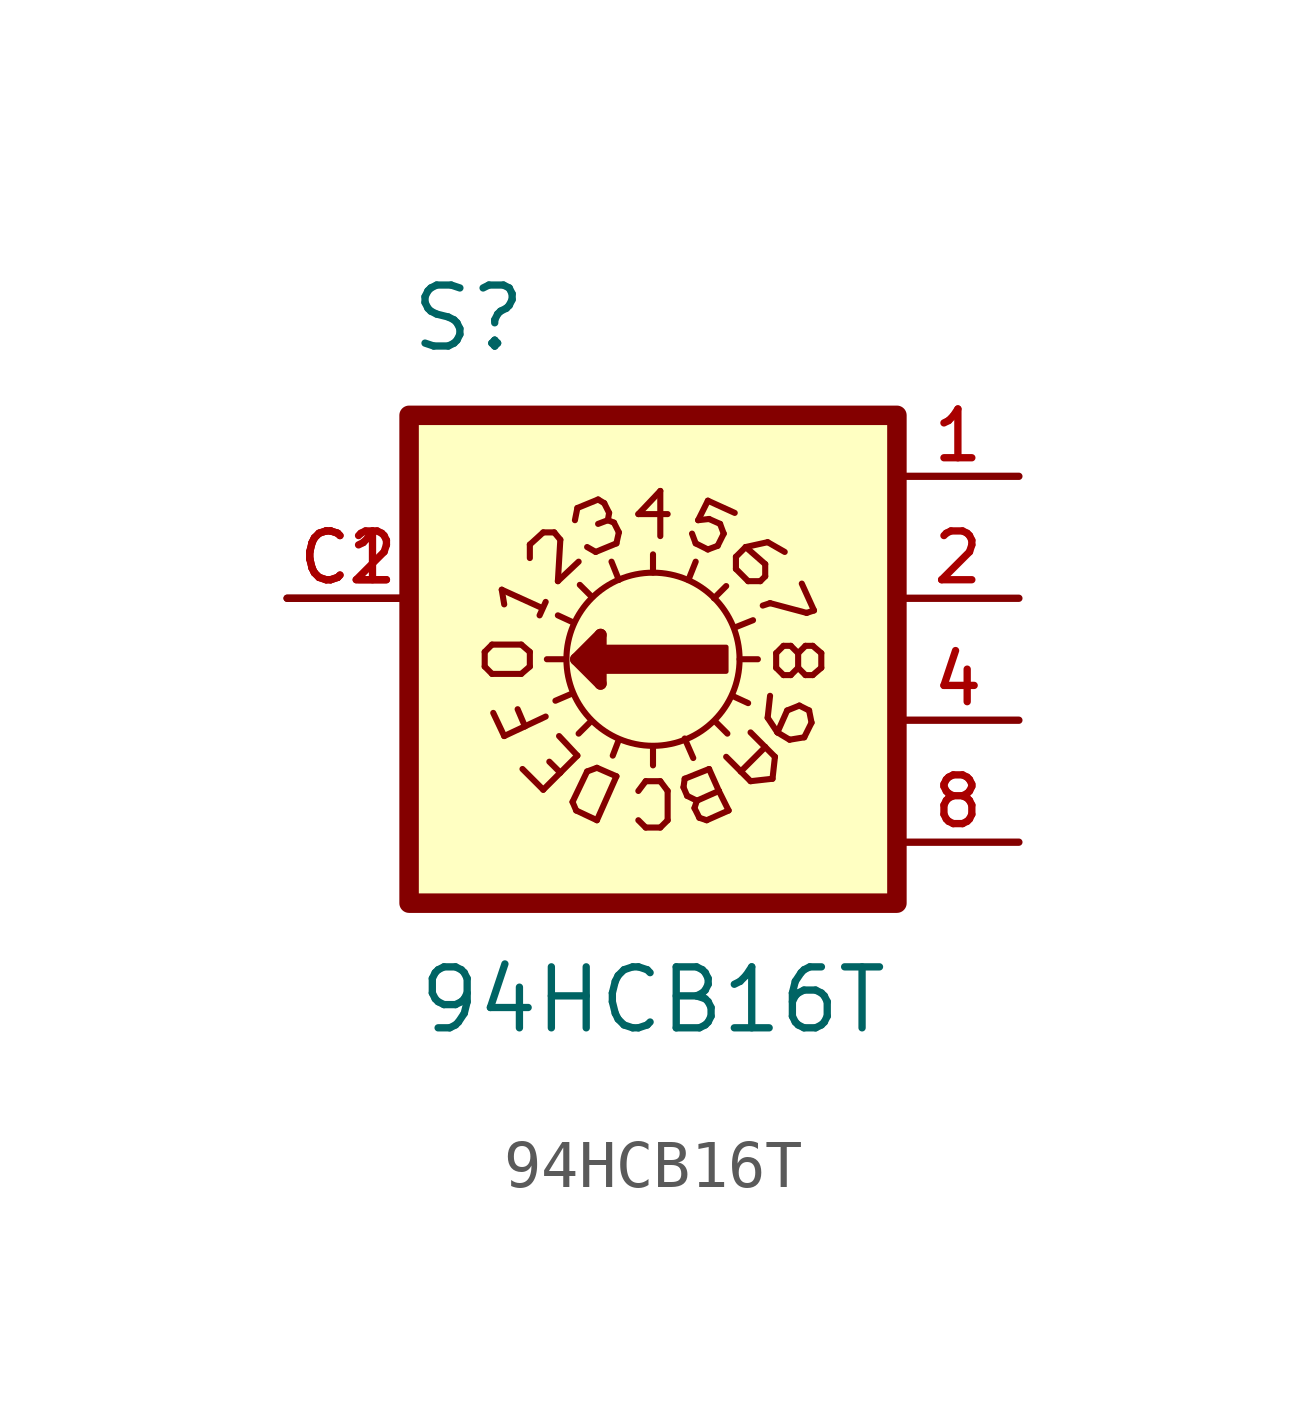
<source format=kicad_sym>
(kicad_symbol_lib
  (version 20231120)
  (generator "kicad_symbol_editor")
  (generator_version "8.0")
  (symbol "94HCB16T"
    (pin_names
      (offset 1.016))
    (property "Reference" "S"
      (at -5.09 5.09 0)
      (effects (font (size 1.27 1.27)) (justify left bottom)))
    (property "Value" "94HCB16T"
      (at 0 -7.624 0)
      (effects (font (size 1.27 1.27)) (justify top)))
    (symbol "94HCB16T_0_0"
      (rectangle (start -5.08 -6.35) (end 5.08 3.81) (stroke (width 0.406) (type default)) (fill (type background)))
      (rectangle (start -1.016 -1.524) (end 1.524 -1.016) (stroke (width 0.1) (type default)) (fill (type outline)))
      (circle (center 0 -1.27) (radius 1.803) (stroke (width 0.127) (type default)) (fill (type none)))
      (polyline (pts (xy -3.505 -1.422) (xy -3.353 -1.575)) (stroke (width 0.127) (type default)) (fill (type none)))
      (polyline (pts (xy -3.505 -1.118) (xy -3.505 -1.422)) (stroke (width 0.127) (type default)) (fill (type none)))
      (polyline (pts (xy -3.353 -1.575) (xy -2.743 -1.575)) (stroke (width 0.127) (type default)) (fill (type none)))
      (polyline (pts (xy -3.353 -0.965) (xy -3.505 -1.118)) (stroke (width 0.127) (type default)) (fill (type none)))
      (polyline (pts (xy -3.327 -2.388) (xy -3.099 -2.87)) (stroke (width 0.127) (type default)) (fill (type none)))
      (polyline (pts (xy -3.15 0.178) (xy -3.099 -0.127)) (stroke (width 0.127) (type default)) (fill (type none)))
      (polyline (pts (xy -3.099 -2.87) (xy -2.667 -2.667)) (stroke (width 0.127) (type default)) (fill (type none)))
      (polyline (pts (xy -2.743 -1.575) (xy -2.565 -1.422)) (stroke (width 0.127) (type default)) (fill (type none)))
      (polyline (pts (xy -2.743 -0.965) (xy -3.353 -0.965)) (stroke (width 0.127) (type default)) (fill (type none)))
      (polyline (pts (xy -2.667 -2.667) (xy -2.819 -2.311)) (stroke (width 0.127) (type default)) (fill (type none)))
      (polyline (pts (xy -2.667 -2.667) (xy -2.235 -2.464)) (stroke (width 0.127) (type default)) (fill (type none)))
      (polyline (pts (xy -2.565 -1.422) (xy -2.565 -1.118)) (stroke (width 0.127) (type default)) (fill (type none)))
      (polyline (pts (xy -2.565 -1.118) (xy -2.743 -0.965)) (stroke (width 0.127) (type default)) (fill (type none)))
      (polyline (pts (xy -2.565 1.118) (xy -2.565 0.838)) (stroke (width 0.127) (type default)) (fill (type none)))
      (polyline (pts (xy -2.311 -0.203) (xy -3.15 0.178)) (stroke (width 0.127) (type default)) (fill (type none)))
      (polyline (pts (xy -2.286 -3.988) (xy -2.718 -3.556)) (stroke (width 0.127) (type default)) (fill (type none)))
      (polyline (pts (xy -2.286 1.372) (xy -2.565 1.118)) (stroke (width 0.127) (type default)) (fill (type none)))
      (polyline (pts (xy -2.286 1.372) (xy -2.057 1.372)) (stroke (width 0.127) (type default)) (fill (type none)))
      (polyline (pts (xy -2.235 -0.076) (xy -2.362 -0.356)) (stroke (width 0.127) (type default)) (fill (type none)))
      (polyline (pts (xy -2.057 1.372) (xy -1.93 1.219)) (stroke (width 0.127) (type default)) (fill (type none)))
      (polyline (pts (xy -1.93 -3.632) (xy -2.286 -3.988)) (stroke (width 0.127) (type default)) (fill (type none)))
      (polyline (pts (xy -1.93 -3.632) (xy -2.159 -3.404)) (stroke (width 0.127) (type default)) (fill (type none)))
      (polyline (pts (xy -1.93 1.219) (xy -1.981 0.356)) (stroke (width 0.127) (type default)) (fill (type none)))
      (polyline (pts (xy -1.829 -1.27) (xy -2.21 -1.27)) (stroke (width 0.127) (type default)) (fill (type none)))
      (polyline (pts (xy -1.676 -4.242) (xy -1.6 -4.42)) (stroke (width 0.127) (type default)) (fill (type none)))
      (polyline (pts (xy -1.676 -1.981) (xy -2.032 -2.134)) (stroke (width 0.127) (type default)) (fill (type none)))
      (polyline (pts (xy -1.651 -0.508) (xy -1.981 -0.356)) (stroke (width 0.127) (type default)) (fill (type none)))
      (polyline (pts (xy -1.626 1.626) (xy -1.575 1.88)) (stroke (width 0.127) (type default)) (fill (type none)))
      (polyline (pts (xy -1.6 -4.42) (xy -1.168 -4.623)) (stroke (width 0.127) (type default)) (fill (type none)))
      (polyline (pts (xy -1.6 -1.27) (xy -1.092 -1.778)) (stroke (width 0.254) (type default)) (fill (type none)))
      (polyline (pts (xy -1.575 -3.277) (xy -1.956 -2.87)) (stroke (width 0.127) (type default)) (fill (type none)))
      (polyline (pts (xy -1.575 -3.277) (xy -1.93 -3.632)) (stroke (width 0.127) (type default)) (fill (type none)))
      (polyline (pts (xy -1.549 0.762) (xy -1.981 0.356)) (stroke (width 0.127) (type default)) (fill (type none)))
      (polyline (pts (xy -1.473 -1.27) (xy -1.346 -1.27)) (stroke (width 0.254) (type default)) (fill (type none)))
      (polyline (pts (xy -1.372 -3.607) (xy -1.676 -4.242)) (stroke (width 0.127) (type default)) (fill (type none)))
      (polyline (pts (xy -1.372 1.067) (xy -1.194 0.965)) (stroke (width 0.127) (type default)) (fill (type none)))
      (polyline (pts (xy -1.295 -2.565) (xy -1.549 -2.819)) (stroke (width 0.127) (type default)) (fill (type none)))
      (polyline (pts (xy -1.27 0.025) (xy -1.524 0.279)) (stroke (width 0.127) (type default)) (fill (type none)))
      (polyline (pts (xy -1.219 -1.016) (xy -1.219 -1.524)) (stroke (width 0.254) (type default)) (fill (type none)))
      (polyline (pts (xy -1.168 -4.623) (xy -0.762 -3.708)) (stroke (width 0.127) (type default)) (fill (type none)))
      (polyline (pts (xy -1.168 -3.531) (xy -1.372 -3.607)) (stroke (width 0.127) (type default)) (fill (type none)))
      (polyline (pts (xy -1.143 2.057) (xy -1.575 1.88)) (stroke (width 0.127) (type default)) (fill (type none)))
      (polyline (pts (xy -1.092 -1.778) (xy -1.092 -0.762)) (stroke (width 0.254) (type default)) (fill (type none)))
      (polyline (pts (xy -1.092 -0.762) (xy -1.6 -1.27)) (stroke (width 0.254) (type default)) (fill (type none)))
      (polyline (pts (xy -1.016 1.981) (xy -1.143 2.057)) (stroke (width 0.127) (type default)) (fill (type none)))
      (polyline (pts (xy -0.94 1.626) (xy -1.143 1.549)) (stroke (width 0.127) (type default)) (fill (type none)))
      (polyline (pts (xy -0.94 1.626) (xy -0.914 1.778)) (stroke (width 0.127) (type default)) (fill (type none)))
      (polyline (pts (xy -0.914 1.778) (xy -1.016 1.981)) (stroke (width 0.127) (type default)) (fill (type none)))
      (polyline (pts (xy -0.813 1.575) (xy -0.94 1.626)) (stroke (width 0.127) (type default)) (fill (type none)))
      (polyline (pts (xy -0.762 -3.708) (xy -1.168 -3.531)) (stroke (width 0.127) (type default)) (fill (type none)))
      (polyline (pts (xy -0.762 1.143) (xy -1.194 0.965)) (stroke (width 0.127) (type default)) (fill (type none)))
      (polyline (pts (xy -0.762 1.143) (xy -0.711 1.372)) (stroke (width 0.127) (type default)) (fill (type none)))
      (polyline (pts (xy -0.711 -2.946) (xy -0.838 -3.277)) (stroke (width 0.127) (type default)) (fill (type none)))
      (polyline (pts (xy -0.711 0.381) (xy -0.864 0.762)) (stroke (width 0.127) (type default)) (fill (type none)))
      (polyline (pts (xy -0.711 1.372) (xy -0.813 1.575)) (stroke (width 0.127) (type default)) (fill (type none)))
      (polyline (pts (xy -0.305 1.753) (xy 0.305 1.753)) (stroke (width 0.127) (type default)) (fill (type none)))
      (polyline (pts (xy -0.152 -4.775) (xy -0.305 -4.623)) (stroke (width 0.127) (type default)) (fill (type none)))
      (polyline (pts (xy -0.152 -3.81) (xy -0.305 -4.013)) (stroke (width 0.127) (type default)) (fill (type none)))
      (polyline (pts (xy 0 -3.099) (xy 0 -3.48)) (stroke (width 0.127) (type default)) (fill (type none)))
      (polyline (pts (xy 0 0.914) (xy 0 0.533)) (stroke (width 0.127) (type default)) (fill (type none)))
      (polyline (pts (xy 0.152 -4.775) (xy -0.152 -4.775)) (stroke (width 0.127) (type default)) (fill (type none)))
      (polyline (pts (xy 0.152 -3.81) (xy -0.152 -3.81)) (stroke (width 0.127) (type default)) (fill (type none)))
      (polyline (pts (xy 0.152 1.295) (xy 0.152 2.235)) (stroke (width 0.127) (type default)) (fill (type none)))
      (polyline (pts (xy 0.152 2.235) (xy -0.305 1.753)) (stroke (width 0.127) (type default)) (fill (type none)))
      (polyline (pts (xy 0.305 -4.623) (xy 0.152 -4.775)) (stroke (width 0.127) (type default)) (fill (type none)))
      (polyline (pts (xy 0.305 -4.013) (xy 0.152 -3.81)) (stroke (width 0.127) (type default)) (fill (type none)))
      (polyline (pts (xy 0.305 -4.013) (xy 0.305 -4.623)) (stroke (width 0.127) (type default)) (fill (type none)))
      (polyline (pts (xy 0.635 -3.937) (xy 0.66 -3.759)) (stroke (width 0.127) (type default)) (fill (type none)))
      (polyline (pts (xy 0.66 -3.759) (xy 1.168 -3.556)) (stroke (width 0.127) (type default)) (fill (type none)))
      (polyline (pts (xy 0.66 -2.921) (xy 0.838 -3.327)) (stroke (width 0.127) (type default)) (fill (type none)))
      (polyline (pts (xy 0.711 -4.115) (xy 0.635 -3.937)) (stroke (width 0.127) (type default)) (fill (type none)))
      (polyline (pts (xy 0.737 0.381) (xy 0.889 0.762)) (stroke (width 0.127) (type default)) (fill (type none)))
      (polyline (pts (xy 0.864 -4.369) (xy 0.914 -4.216)) (stroke (width 0.127) (type default)) (fill (type none)))
      (polyline (pts (xy 0.889 1.143) (xy 0.813 1.346)) (stroke (width 0.127) (type default)) (fill (type none)))
      (polyline (pts (xy 0.914 -4.216) (xy 0.711 -4.115)) (stroke (width 0.127) (type default)) (fill (type none)))
      (polyline (pts (xy 0.914 -4.216) (xy 1.372 -4.013)) (stroke (width 0.127) (type default)) (fill (type none)))
      (polyline (pts (xy 0.94 1.626) (xy 1.168 1.651)) (stroke (width 0.127) (type default)) (fill (type none)))
      (polyline (pts (xy 0.965 -4.572) (xy 0.864 -4.369)) (stroke (width 0.127) (type default)) (fill (type none)))
      (polyline (pts (xy 1.118 -4.623) (xy 0.965 -4.572)) (stroke (width 0.127) (type default)) (fill (type none)))
      (polyline (pts (xy 1.143 1.016) (xy 0.889 1.143)) (stroke (width 0.127) (type default)) (fill (type none)))
      (polyline (pts (xy 1.143 2.032) (xy 0.94 1.626)) (stroke (width 0.127) (type default)) (fill (type none)))
      (polyline (pts (xy 1.143 2.032) (xy 1.702 1.778)) (stroke (width 0.127) (type default)) (fill (type none)))
      (polyline (pts (xy 1.168 -3.556) (xy 1.372 -4.013)) (stroke (width 0.127) (type default)) (fill (type none)))
      (polyline (pts (xy 1.168 1.651) (xy 1.397 1.549)) (stroke (width 0.127) (type default)) (fill (type none)))
      (polyline (pts (xy 1.27 0) (xy 1.524 0.254)) (stroke (width 0.127) (type default)) (fill (type none)))
      (polyline (pts (xy 1.295 -2.565) (xy 1.549 -2.819)) (stroke (width 0.127) (type default)) (fill (type none)))
      (polyline (pts (xy 1.346 1.092) (xy 1.143 1.016)) (stroke (width 0.127) (type default)) (fill (type none)))
      (polyline (pts (xy 1.372 -4.013) (xy 1.575 -4.42)) (stroke (width 0.127) (type default)) (fill (type none)))
      (polyline (pts (xy 1.397 1.549) (xy 1.473 1.346)) (stroke (width 0.127) (type default)) (fill (type none)))
      (polyline (pts (xy 1.473 1.346) (xy 1.346 1.092)) (stroke (width 0.127) (type default)) (fill (type none)))
      (polyline (pts (xy 1.575 -4.42) (xy 1.118 -4.623)) (stroke (width 0.127) (type default)) (fill (type none)))
      (polyline (pts (xy 1.651 -2.032) (xy 1.981 -2.184)) (stroke (width 0.127) (type default)) (fill (type none)))
      (polyline (pts (xy 1.702 -0.61) (xy 2.083 -0.457)) (stroke (width 0.127) (type default)) (fill (type none)))
      (polyline (pts (xy 1.727 0.61) (xy 1.727 0.864)) (stroke (width 0.127) (type default)) (fill (type none)))
      (polyline (pts (xy 1.727 0.61) (xy 1.981 0.356)) (stroke (width 0.127) (type default)) (fill (type none)))
      (polyline (pts (xy 1.727 0.864) (xy 1.93 1.067)) (stroke (width 0.127) (type default)) (fill (type none)))
      (polyline (pts (xy 1.803 -1.27) (xy 2.184 -1.27)) (stroke (width 0.127) (type default)) (fill (type none)))
      (polyline (pts (xy 1.829 -3.607) (xy 1.524 -3.302)) (stroke (width 0.127) (type default)) (fill (type none)))
      (polyline (pts (xy 1.93 1.067) (xy 2.388 1.168)) (stroke (width 0.127) (type default)) (fill (type none)))
      (polyline (pts (xy 1.981 0.356) (xy 2.235 0.356)) (stroke (width 0.127) (type default)) (fill (type none)))
      (polyline (pts (xy 2.032 -3.81) (xy 1.829 -3.607)) (stroke (width 0.127) (type default)) (fill (type none)))
      (polyline (pts (xy 2.032 -2.794) (xy 2.337 -3.099)) (stroke (width 0.127) (type default)) (fill (type none)))
      (polyline (pts (xy 2.235 0.356) (xy 2.337 0.457)) (stroke (width 0.127) (type default)) (fill (type none)))
      (polyline (pts (xy 2.337 -3.099) (xy 1.829 -3.607)) (stroke (width 0.127) (type default)) (fill (type none)))
      (polyline (pts (xy 2.337 -3.099) (xy 2.54 -3.302)) (stroke (width 0.127) (type default)) (fill (type none)))
      (polyline (pts (xy 2.337 0.457) (xy 2.337 0.711)) (stroke (width 0.127) (type default)) (fill (type none)))
      (polyline (pts (xy 2.337 0.711) (xy 1.93 1.067)) (stroke (width 0.127) (type default)) (fill (type none)))
      (polyline (pts (xy 2.388 -2.489) (xy 2.438 -2.032)) (stroke (width 0.127) (type default)) (fill (type none)))
      (polyline (pts (xy 2.388 1.168) (xy 2.743 0.965)) (stroke (width 0.127) (type default)) (fill (type none)))
      (polyline (pts (xy 2.438 -0.102) (xy 2.286 -0.152)) (stroke (width 0.127) (type default)) (fill (type none)))
      (polyline (pts (xy 2.489 -3.759) (xy 2.032 -3.81)) (stroke (width 0.127) (type default)) (fill (type none)))
      (polyline (pts (xy 2.54 -3.302) (xy 2.489 -3.759)) (stroke (width 0.127) (type default)) (fill (type none)))
      (polyline (pts (xy 2.565 -1.448) (xy 2.718 -1.6)) (stroke (width 0.127) (type default)) (fill (type none)))
      (polyline (pts (xy 2.565 -1.143) (xy 2.565 -1.448)) (stroke (width 0.127) (type default)) (fill (type none)))
      (polyline (pts (xy 2.591 -2.794) (xy 2.388 -2.489)) (stroke (width 0.127) (type default)) (fill (type none)))
      (polyline (pts (xy 2.718 -1.6) (xy 2.87 -1.6)) (stroke (width 0.127) (type default)) (fill (type none)))
      (polyline (pts (xy 2.718 -0.991) (xy 2.565 -1.143)) (stroke (width 0.127) (type default)) (fill (type none)))
      (polyline (pts (xy 2.794 -2.337) (xy 2.591 -2.794)) (stroke (width 0.127) (type default)) (fill (type none)))
      (polyline (pts (xy 2.845 -2.946) (xy 2.591 -2.794)) (stroke (width 0.127) (type default)) (fill (type none)))
      (polyline (pts (xy 2.87 -1.6) (xy 3.023 -1.448)) (stroke (width 0.127) (type default)) (fill (type none)))
      (polyline (pts (xy 2.87 -0.991) (xy 2.718 -0.991)) (stroke (width 0.127) (type default)) (fill (type none)))
      (polyline (pts (xy 3.023 -1.448) (xy 3.175 -1.6)) (stroke (width 0.127) (type default)) (fill (type none)))
      (polyline (pts (xy 3.023 -1.143) (xy 2.87 -0.991)) (stroke (width 0.127) (type default)) (fill (type none)))
      (polyline (pts (xy 3.023 -1.143) (xy 3.023 -1.448)) (stroke (width 0.127) (type default)) (fill (type none)))
      (polyline (pts (xy 3.048 -2.235) (xy 2.794 -2.337)) (stroke (width 0.127) (type default)) (fill (type none)))
      (polyline (pts (xy 3.099 0.305) (xy 3.353 -0.254)) (stroke (width 0.127) (type default)) (fill (type none)))
      (polyline (pts (xy 3.15 -2.896) (xy 2.845 -2.946)) (stroke (width 0.127) (type default)) (fill (type none)))
      (polyline (pts (xy 3.15 -2.896) (xy 3.302 -2.591)) (stroke (width 0.127) (type default)) (fill (type none)))
      (polyline (pts (xy 3.175 -1.6) (xy 3.327 -1.6)) (stroke (width 0.127) (type default)) (fill (type none)))
      (polyline (pts (xy 3.175 -0.991) (xy 3.023 -1.143)) (stroke (width 0.127) (type default)) (fill (type none)))
      (polyline (pts (xy 3.2 -0.305) (xy 2.438 -0.102)) (stroke (width 0.127) (type default)) (fill (type none)))
      (polyline (pts (xy 3.251 -2.337) (xy 3.048 -2.235)) (stroke (width 0.127) (type default)) (fill (type none)))
      (polyline (pts (xy 3.302 -2.591) (xy 3.251 -2.337)) (stroke (width 0.127) (type default)) (fill (type none)))
      (polyline (pts (xy 3.327 -1.6) (xy 3.505 -1.448)) (stroke (width 0.127) (type default)) (fill (type none)))
      (polyline (pts (xy 3.327 -0.991) (xy 3.175 -0.991)) (stroke (width 0.127) (type default)) (fill (type none)))
      (polyline (pts (xy 3.353 -0.254) (xy 3.2 -0.305)) (stroke (width 0.127) (type default)) (fill (type none)))
      (polyline (pts (xy 3.505 -1.448) (xy 3.505 -1.143)) (stroke (width 0.127) (type default)) (fill (type none)))
      (polyline (pts (xy 3.505 -1.143) (xy 3.327 -0.991)) (stroke (width 0.127) (type default)) (fill (type none)))
      (pin passive line (at 7.62 2.54 180) (length 2.54) (name "~" (effects (font (size 1.016 1.016)))) (number "1" (effects (font (size 1.016 1.016)))))
      (pin passive line (at 7.62 0 180) (length 2.54) (name "~" (effects (font (size 1.016 1.016)))) (number "2" (effects (font (size 1.016 1.016)))))
      (pin passive line (at 7.62 -2.54 180) (length 2.54) (name "~" (effects (font (size 1.016 1.016)))) (number "4" (effects (font (size 1.016 1.016)))))
      (pin passive line (at 7.62 -5.08 180) (length 2.54) (name "~" (effects (font (size 1.016 1.016)))) (number "8" (effects (font (size 1.016 1.016)))))
      (pin passive line (at -7.62 0 0) (length 2.54) (name "~" (effects (font (size 1.016 1.016)))) (number "C1" (effects (font (size 1.016 1.016)))))
      (pin passive line (at -7.62 0 0) (length 2.54) (name "~" (effects (font (size 1.016 1.016)))) (number "C2" (effects (font (size 1.016 1.016))))))))
</source>
